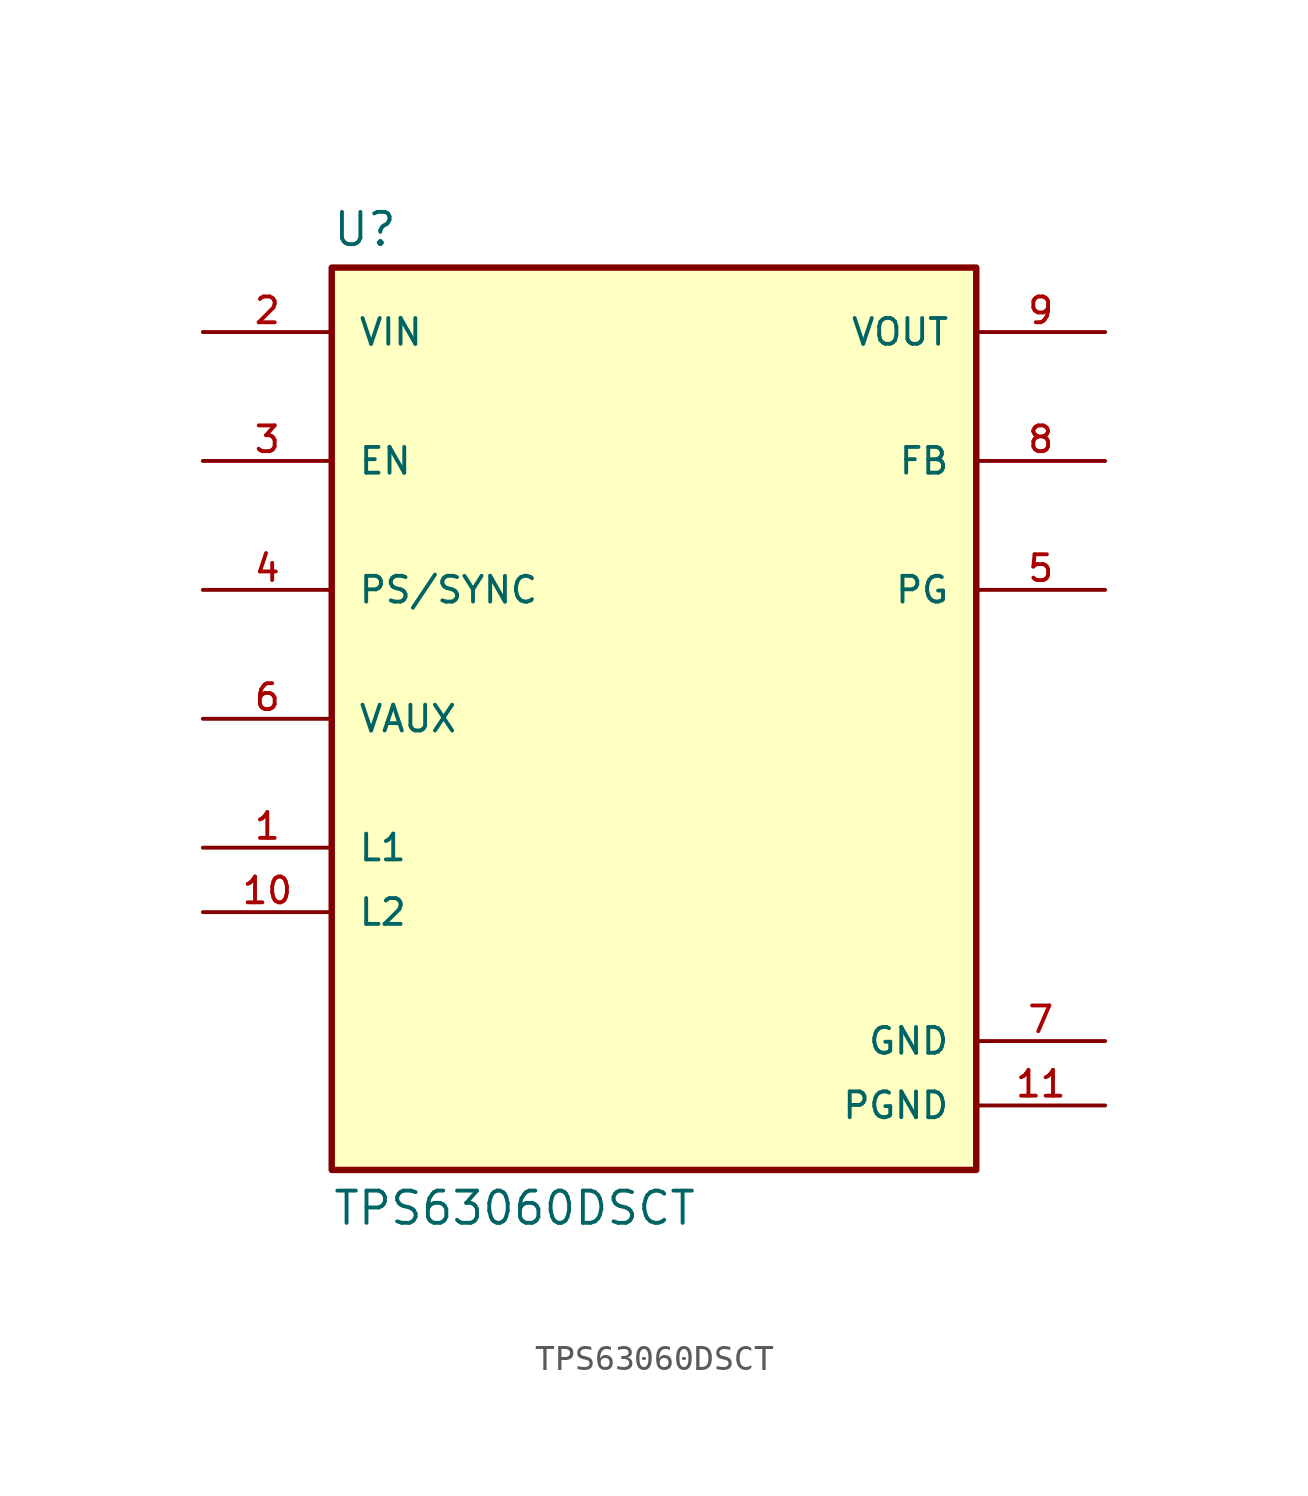
<source format=kicad_sym>
(kicad_symbol_lib
  (version 20211014)
  (generator kicad_symbol_editor)
  (symbol "TPS63060DSCT"
    (pin_names
      (offset 1.016))
    (property "Reference" "U"
      (at -12.7 18.542 0)
      (effects (font (size 1.27 1.27)) (justify bottom left)))
    (property "Value" "TPS63060DSCT"
      (at -12.7 -18.542 0)
      (effects (font (size 1.27 1.27)) (justify top left)))
    (symbol "TPS63060DSCT_0_0"
      (rectangle (start -12.7 -17.78) (end 12.7 17.78) (stroke (width 0.254)) (fill (type background)))
      (pin passive line (at -17.78 0.0 0) (length 5.08) (name "VAUX" (effects (font (size 1.016 1.016)))) (number "6" (effects (font (size 1.016 1.016)))))
      (pin power_in line (at 17.78 -12.7 180.0) (length 5.08) (name "GND" (effects (font (size 1.016 1.016)))) (number "7" (effects (font (size 1.016 1.016)))))
      (pin power_in line (at 17.78 -15.24 180.0) (length 5.08) (name "PGND" (effects (font (size 1.016 1.016)))) (number "11" (effects (font (size 1.016 1.016)))))
      (pin input line (at -17.78 15.24 0) (length 5.08) (name "VIN" (effects (font (size 1.016 1.016)))) (number "2" (effects (font (size 1.016 1.016)))))
      (pin input line (at -17.78 10.16 0) (length 5.08) (name "EN" (effects (font (size 1.016 1.016)))) (number "3" (effects (font (size 1.016 1.016)))))
      (pin output line (at 17.78 15.24 180.0) (length 5.08) (name "VOUT" (effects (font (size 1.016 1.016)))) (number "9" (effects (font (size 1.016 1.016)))))
      (pin input line (at -17.78 5.08 0) (length 5.08) (name "PS/SYNC" (effects (font (size 1.016 1.016)))) (number "4" (effects (font (size 1.016 1.016)))))
      (pin output line (at 17.78 5.08 180.0) (length 5.08) (name "PG" (effects (font (size 1.016 1.016)))) (number "5" (effects (font (size 1.016 1.016)))))
      (pin passive line (at -17.78 -5.08 0) (length 5.08) (name "L1" (effects (font (size 1.016 1.016)))) (number "1" (effects (font (size 1.016 1.016)))))
      (pin passive line (at -17.78 -7.62 0) (length 5.08) (name "L2" (effects (font (size 1.016 1.016)))) (number "10" (effects (font (size 1.016 1.016)))))
      (pin input line (at 17.78 10.16 180.0) (length 5.08) (name "FB" (effects (font (size 1.016 1.016)))) (number "8" (effects (font (size 1.016 1.016))))))))
</source>
